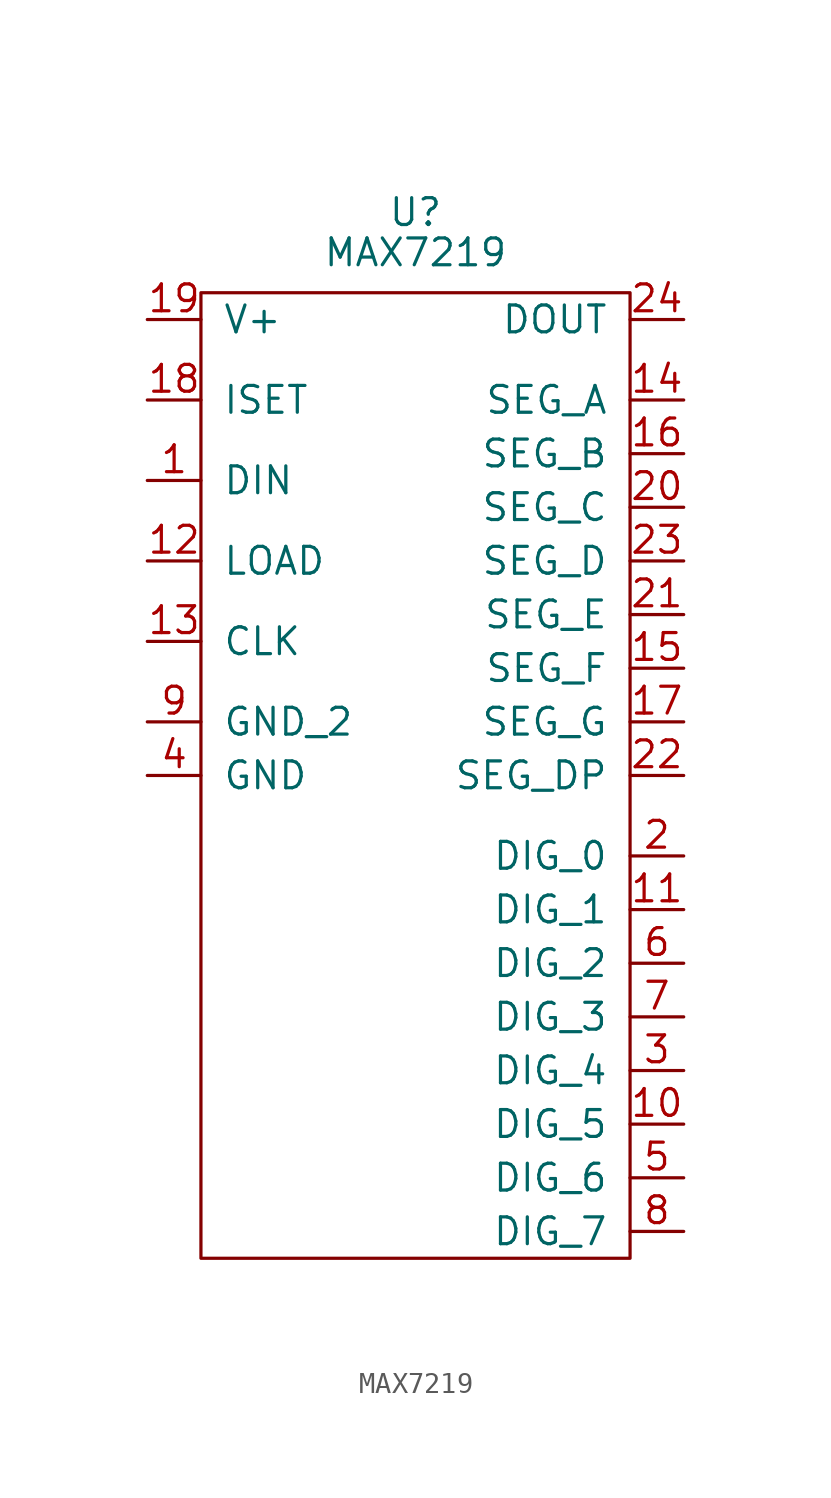
<source format=kicad_sym>
(kicad_symbol_lib
  (version 20231120)
  (generator "kicad_symbol_editor")
  (generator_version "8.0")
  (symbol "MAX7219"
    (pin_names
      (offset 1.016))
    (property "Reference" "U"
      (at 0 26.67 0)
      (effects (font (size 1.27 1.27))))
    (property "Value" "MAX7219"
      (at 0 24.765 0)
      (effects (font (size 1.27 1.27))))
    (symbol "MAX7219_0_1"
      (rectangle (start -10.16 22.86) (end 10.16 -22.86) (stroke (width 0) (type default)) (fill (type none))))
    (symbol "MAX7219_1_1"
      (pin input line (at -12.7 13.97 0) (length 2.54) (name "DIN" (effects (font (size 1.27 1.27)))) (number "1" (effects (font (size 1.27 1.27)))))
      (pin output line (at 12.7 -16.51 180) (length 2.54) (name "DIG_5" (effects (font (size 1.27 1.27)))) (number "10" (effects (font (size 1.27 1.27)))))
      (pin output line (at 12.7 -6.35 180) (length 2.54) (name "DIG_1" (effects (font (size 1.27 1.27)))) (number "11" (effects (font (size 1.27 1.27)))))
      (pin input line (at -12.7 10.16 0) (length 2.54) (name "LOAD" (effects (font (size 1.27 1.27)))) (number "12" (effects (font (size 1.27 1.27)))))
      (pin input line (at -12.7 6.35 0) (length 2.54) (name "CLK" (effects (font (size 1.27 1.27)))) (number "13" (effects (font (size 1.27 1.27)))))
      (pin output line (at 12.7 17.78 180) (length 2.54) (name "SEG_A" (effects (font (size 1.27 1.27)))) (number "14" (effects (font (size 1.27 1.27)))))
      (pin output line (at 12.7 5.08 180) (length 2.54) (name "SEG_F" (effects (font (size 1.27 1.27)))) (number "15" (effects (font (size 1.27 1.27)))))
      (pin output line (at 12.7 15.24 180) (length 2.54) (name "SEG_B" (effects (font (size 1.27 1.27)))) (number "16" (effects (font (size 1.27 1.27)))))
      (pin output line (at 12.7 2.54 180) (length 2.54) (name "SEG_G" (effects (font (size 1.27 1.27)))) (number "17" (effects (font (size 1.27 1.27)))))
      (pin input line (at -12.7 17.78 0) (length 2.54) (name "ISET" (effects (font (size 1.27 1.27)))) (number "18" (effects (font (size 1.27 1.27)))))
      (pin power_in line (at -12.7 21.59 0) (length 2.54) (name "V+" (effects (font (size 1.27 1.27)))) (number "19" (effects (font (size 1.27 1.27)))))
      (pin output line (at 12.7 -3.81 180) (length 2.54) (name "DIG_0" (effects (font (size 1.27 1.27)))) (number "2" (effects (font (size 1.27 1.27)))))
      (pin output line (at 12.7 12.7 180) (length 2.54) (name "SEG_C" (effects (font (size 1.27 1.27)))) (number "20" (effects (font (size 1.27 1.27)))))
      (pin output line (at 12.7 7.62 180) (length 2.54) (name "SEG_E" (effects (font (size 1.27 1.27)))) (number "21" (effects (font (size 1.27 1.27)))))
      (pin output line (at 12.7 0 180) (length 2.54) (name "SEG_DP" (effects (font (size 1.27 1.27)))) (number "22" (effects (font (size 1.27 1.27)))))
      (pin output line (at 12.7 10.16 180) (length 2.54) (name "SEG_D" (effects (font (size 1.27 1.27)))) (number "23" (effects (font (size 1.27 1.27)))))
      (pin output line (at 12.7 21.59 180) (length 2.54) (name "DOUT" (effects (font (size 1.27 1.27)))) (number "24" (effects (font (size 1.27 1.27)))))
      (pin output line (at 12.7 -13.97 180) (length 2.54) (name "DIG_4" (effects (font (size 1.27 1.27)))) (number "3" (effects (font (size 1.27 1.27)))))
      (pin power_in line (at -12.7 0 0) (length 2.54) (name "GND" (effects (font (size 1.27 1.27)))) (number "4" (effects (font (size 1.27 1.27)))))
      (pin output line (at 12.7 -19.05 180) (length 2.54) (name "DIG_6" (effects (font (size 1.27 1.27)))) (number "5" (effects (font (size 1.27 1.27)))))
      (pin output line (at 12.7 -8.89 180) (length 2.54) (name "DIG_2" (effects (font (size 1.27 1.27)))) (number "6" (effects (font (size 1.27 1.27)))))
      (pin output line (at 12.7 -11.43 180) (length 2.54) (name "DIG_3" (effects (font (size 1.27 1.27)))) (number "7" (effects (font (size 1.27 1.27)))))
      (pin output line (at 12.7 -21.59 180) (length 2.54) (name "DIG_7" (effects (font (size 1.27 1.27)))) (number "8" (effects (font (size 1.27 1.27)))))
      (pin power_in line (at -12.7 2.54 0) (length 2.54) (name "GND_2" (effects (font (size 1.27 1.27)))) (number "9" (effects (font (size 1.27 1.27))))))))
</source>
